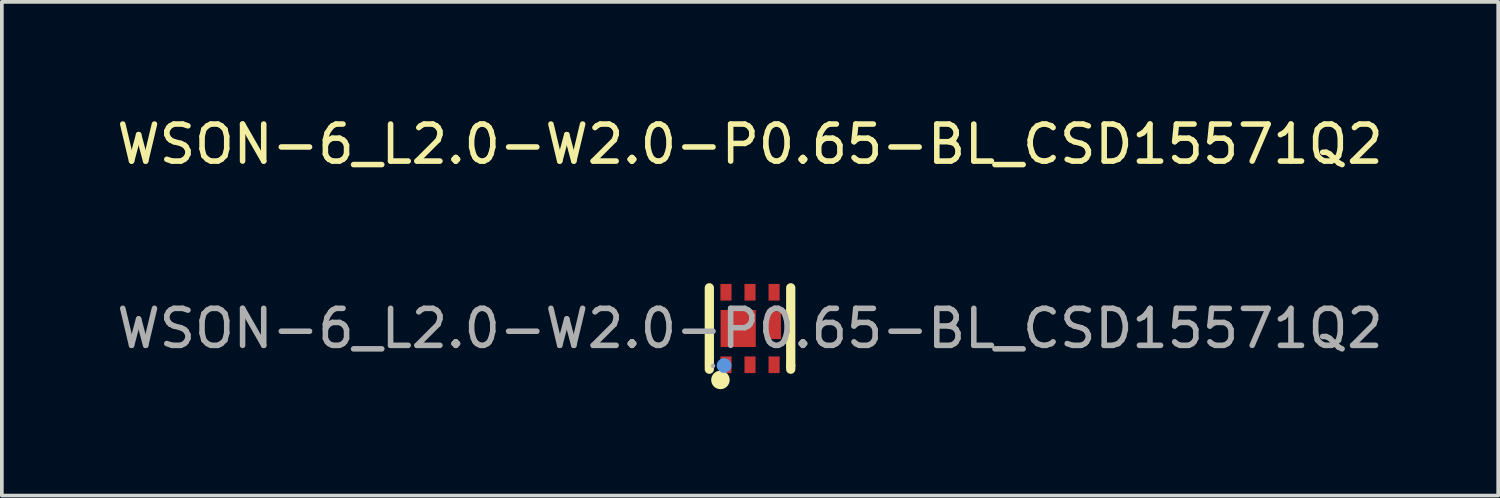
<source format=kicad_pcb>
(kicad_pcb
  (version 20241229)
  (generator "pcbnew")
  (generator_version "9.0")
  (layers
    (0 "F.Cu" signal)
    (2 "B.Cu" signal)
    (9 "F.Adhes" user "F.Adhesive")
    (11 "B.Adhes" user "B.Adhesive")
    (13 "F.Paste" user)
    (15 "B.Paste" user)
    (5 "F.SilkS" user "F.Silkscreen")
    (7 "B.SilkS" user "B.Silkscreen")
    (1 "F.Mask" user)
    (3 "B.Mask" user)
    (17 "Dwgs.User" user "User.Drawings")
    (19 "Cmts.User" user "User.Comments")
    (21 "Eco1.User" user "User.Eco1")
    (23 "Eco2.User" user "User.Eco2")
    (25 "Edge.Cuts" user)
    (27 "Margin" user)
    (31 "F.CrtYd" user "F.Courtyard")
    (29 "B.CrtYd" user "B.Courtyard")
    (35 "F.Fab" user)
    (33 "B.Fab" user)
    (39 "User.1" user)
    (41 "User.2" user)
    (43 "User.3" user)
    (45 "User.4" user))
  (footprint "WSON-6_L2.0-W2.0-P0.65-BL_CSD15571Q2"
    (layer "F.Cu")
    (at 17.22 5.828)
    (property "Reference" "WSON-6_L2.0-W2.0-P0.65-BL_CSD15571Q2" (at 0 -4.98 0) (layer "F.SilkS") (effects (font (size 1 1) (thickness 0.15))))
    (attr smd)
    (fp_line (start -1.1 -1.1) (end -1.1 1.1) (stroke (width 0.25) (type solid)) (layer "F.SilkS"))
    (fp_line (start 1.1 -1.1) (end 1.1 1) (stroke (width 0.25) (type solid)) (layer "F.SilkS"))
    (fp_line (start 1.1 1) (end 1.1 1.1) (stroke (width 0.25) (type solid)) (layer "F.SilkS"))
    (fp_arc (start -0.8 1.39) (mid -0.8 1.39) (end -0.8 1.39) (stroke (width 0.25) (type solid)) (layer "F.SilkS"))
    (fp_circle (center -0.7 1) (end -0.6 1) (stroke (width 0.2) (type solid)) (fill no) (layer "Cmts.User"))
    (fp_circle (center -1 1.01) (end -0.97 1.01) (stroke (width 0.06) (type solid)) (fill no) (layer "F.Fab"))
    (fp_text user "${REFERENCE}" (at 0 0 0) (layer "F.Fab") (effects (font (size 1 1) (thickness 0.15))))
    (pad "1" smd rect (at -0.65 0.98 90) (size 0.45 0.3) (layers "F.Cu" "F.Mask" "F.Paste"))
    (pad "2" smd rect (at 0 0.98 90) (size 0.45 0.3) (layers "F.Cu" "F.Mask" "F.Paste"))
    (pad "3" smd rect (at 0.65 0.98 90) (size 0.45 0.3) (layers "F.Cu" "F.Mask" "F.Paste"))
    (pad "4" smd rect (at 0.65 -0.98 90) (size 0.45 0.3) (layers "F.Cu" "F.Mask" "F.Paste"))
    (pad "5" smd rect (at 0 -0.98 90) (size 0.45 0.3) (layers "F.Cu" "F.Mask" "F.Paste"))
    (pad "6" smd rect (at -0.65 -0.98 90) (size 0.45 0.3) (layers "F.Cu" "F.Mask" "F.Paste"))
    (pad "7" smd rect (at -0.32 0) (size 0.95 1) (layers "F.Cu" "F.Mask" "F.Paste"))
    (pad "8" smd rect (at 0.65 -0.09 90) (size 0.75 0.37) (layers "F.Cu" "F.Mask" "F.Paste")))
  (gr_rect
    (start -3 -3)
    (end 37.44 10.343)
    (stroke (width 0.1) (type default))
    (fill no)
    (layer "Edge.Cuts")))
</source>
